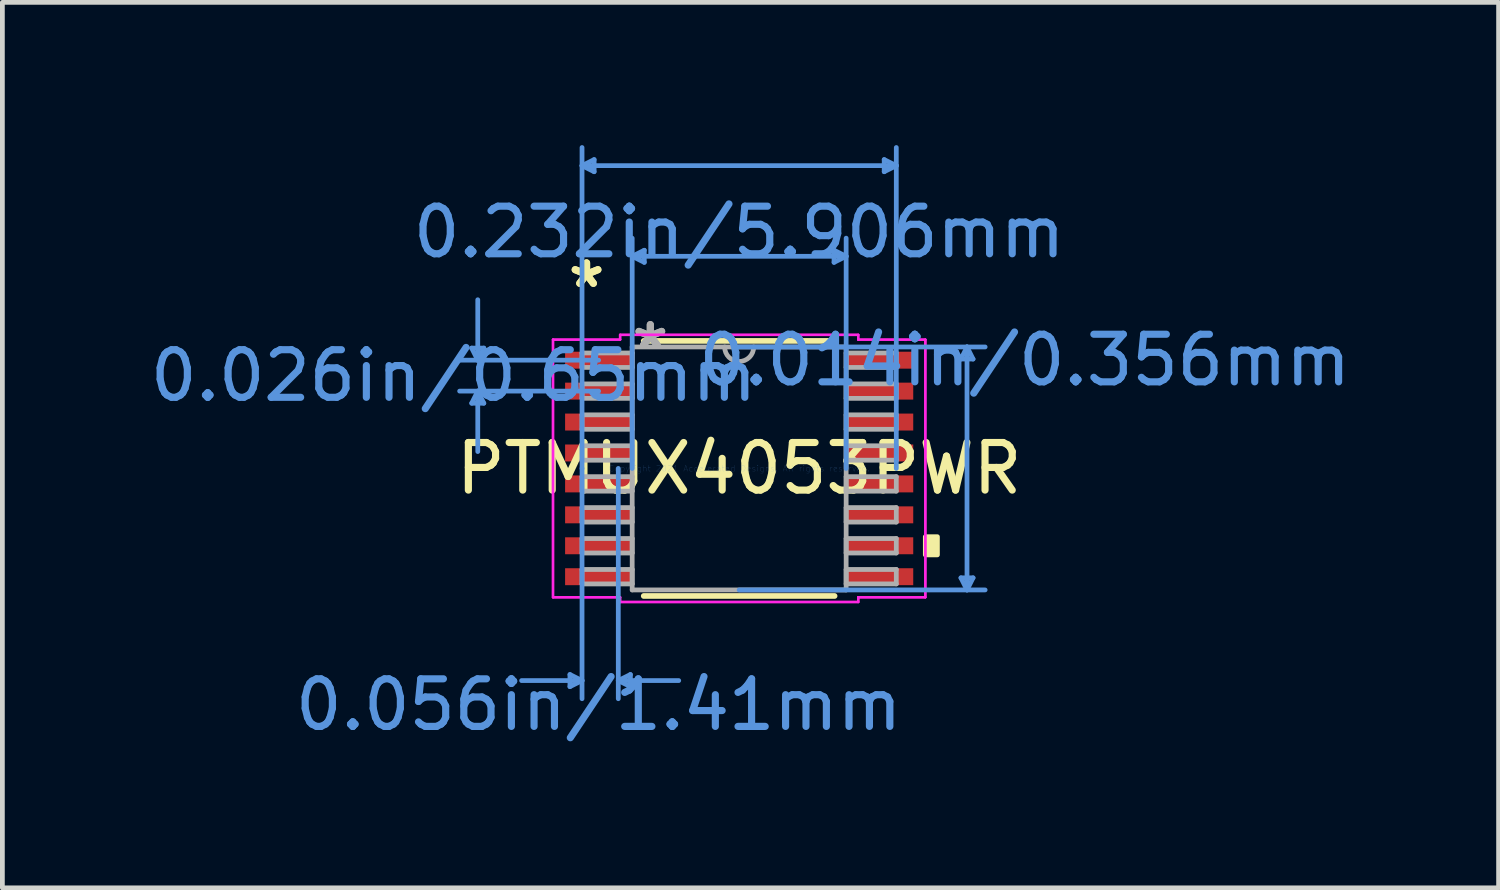
<source format=kicad_pcb>
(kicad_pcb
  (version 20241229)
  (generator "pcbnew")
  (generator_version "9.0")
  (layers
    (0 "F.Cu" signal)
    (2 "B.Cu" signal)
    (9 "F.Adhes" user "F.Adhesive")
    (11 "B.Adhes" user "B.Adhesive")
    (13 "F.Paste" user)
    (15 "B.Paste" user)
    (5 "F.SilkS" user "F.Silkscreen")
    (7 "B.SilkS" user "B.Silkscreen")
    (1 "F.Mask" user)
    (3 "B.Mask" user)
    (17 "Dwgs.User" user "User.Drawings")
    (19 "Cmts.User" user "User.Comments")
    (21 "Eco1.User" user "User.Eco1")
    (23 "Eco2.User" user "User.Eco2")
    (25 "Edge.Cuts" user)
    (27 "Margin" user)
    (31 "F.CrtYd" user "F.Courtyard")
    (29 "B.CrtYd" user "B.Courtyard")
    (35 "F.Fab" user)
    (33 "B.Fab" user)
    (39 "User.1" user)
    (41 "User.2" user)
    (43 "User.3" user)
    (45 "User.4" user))
  (footprint "PTMUX4053PWR"
    (layer "F.Cu")
    (at 12.483 6.794)
    (property "Reference" "PTMUX4053PWR" (at 0 0 0) (layer "F.SilkS") (effects (font (size 1 1) (thickness 0.15))))
    (attr through_hole)
    (fp_line (start -2.005 2.68) (end 2.005 2.68) (stroke (width 0.12) (type solid)) (layer "F.SilkS"))
    (fp_line (start 2.005 -2.68) (end -2.005 -2.68) (stroke (width 0.12) (type solid)) (layer "F.SilkS"))
    (fp_poly (pts (xy 4.166 1.435) (xy 4.166 1.816) (xy 3.912 1.816) (xy 3.912 1.435)) (stroke (width 0.1) (type solid)) (fill yes) (layer "F.SilkS"))
    (fp_line (start -5.62 -2.529) (end -5.366 -2.529) (stroke (width 0.1) (type solid)) (layer "Cmts.User"))
    (fp_line (start -5.62 -1.371) (end -5.366 -1.371) (stroke (width 0.1) (type solid)) (layer "Cmts.User"))
    (fp_line (start -5.493 -2.275) (end -5.62 -2.529) (stroke (width 0.1) (type solid)) (layer "Cmts.User"))
    (fp_line (start -5.493 -2.275) (end -5.493 -3.545) (stroke (width 0.1) (type solid)) (layer "Cmts.User"))
    (fp_line (start -5.493 -2.275) (end -5.366 -2.529) (stroke (width 0.1) (type solid)) (layer "Cmts.User"))
    (fp_line (start -5.493 -1.625) (end -5.62 -1.371) (stroke (width 0.1) (type solid)) (layer "Cmts.User"))
    (fp_line (start -5.493 -1.625) (end -5.493 -0.355) (stroke (width 0.1) (type solid)) (layer "Cmts.User"))
    (fp_line (start -5.493 -1.625) (end -5.366 -1.371) (stroke (width 0.1) (type solid)) (layer "Cmts.User"))
    (fp_line (start -3.556 4.331) (end -3.556 4.585) (stroke (width 0.1) (type solid)) (layer "Cmts.User"))
    (fp_line (start -3.302 -6.363) (end -3.048 -6.49) (stroke (width 0.1) (type solid)) (layer "Cmts.User"))
    (fp_line (start -3.302 -6.363) (end -3.048 -6.236) (stroke (width 0.1) (type solid)) (layer "Cmts.User"))
    (fp_line (start -3.302 -6.363) (end 3.302 -6.363) (stroke (width 0.1) (type solid)) (layer "Cmts.User"))
    (fp_line (start -3.302 0) (end -3.302 -6.744) (stroke (width 0.1) (type solid)) (layer "Cmts.User"))
    (fp_line (start -3.302 0) (end -3.302 4.839) (stroke (width 0.1) (type solid)) (layer "Cmts.User"))
    (fp_line (start -3.302 4.458) (end -4.572 4.458) (stroke (width 0.1) (type solid)) (layer "Cmts.User"))
    (fp_line (start -3.302 4.458) (end -3.556 4.331) (stroke (width 0.1) (type solid)) (layer "Cmts.User"))
    (fp_line (start -3.302 4.458) (end -3.556 4.585) (stroke (width 0.1) (type solid)) (layer "Cmts.User"))
    (fp_line (start -3.048 -6.49) (end -3.048 -6.236) (stroke (width 0.1) (type solid)) (layer "Cmts.User"))
    (fp_line (start -2.953 -2.275) (end -5.874 -2.275) (stroke (width 0.1) (type solid)) (layer "Cmts.User"))
    (fp_line (start -2.953 -1.625) (end -5.874 -1.625) (stroke (width 0.1) (type solid)) (layer "Cmts.User"))
    (fp_line (start -2.54 0) (end -2.54 4.839) (stroke (width 0.1) (type solid)) (layer "Cmts.User"))
    (fp_line (start -2.54 4.458) (end -2.286 4.331) (stroke (width 0.1) (type solid)) (layer "Cmts.User"))
    (fp_line (start -2.54 4.458) (end -2.286 4.585) (stroke (width 0.1) (type solid)) (layer "Cmts.User"))
    (fp_line (start -2.54 4.458) (end -1.27 4.458) (stroke (width 0.1) (type solid)) (layer "Cmts.User"))
    (fp_line (start -2.286 4.331) (end -2.286 4.585) (stroke (width 0.1) (type solid)) (layer "Cmts.User"))
    (fp_line (start -2.248 -4.458) (end -1.994 -4.585) (stroke (width 0.1) (type solid)) (layer "Cmts.User"))
    (fp_line (start -2.248 -4.458) (end -1.994 -4.331) (stroke (width 0.1) (type solid)) (layer "Cmts.User"))
    (fp_line (start -2.248 -4.458) (end 2.248 -4.458) (stroke (width 0.1) (type solid)) (layer "Cmts.User"))
    (fp_line (start -2.248 0) (end -2.248 -4.839) (stroke (width 0.1) (type solid)) (layer "Cmts.User"))
    (fp_line (start -1.994 -4.585) (end -1.994 -4.331) (stroke (width 0.1) (type solid)) (layer "Cmts.User"))
    (fp_line (start 0 -2.553) (end 5.169 -2.553) (stroke (width 0.1) (type solid)) (layer "Cmts.User"))
    (fp_line (start 0 2.553) (end 5.169 2.553) (stroke (width 0.1) (type solid)) (layer "Cmts.User"))
    (fp_line (start 1.994 -4.585) (end 1.994 -4.331) (stroke (width 0.1) (type solid)) (layer "Cmts.User"))
    (fp_line (start 2.248 -4.458) (end 1.994 -4.585) (stroke (width 0.1) (type solid)) (layer "Cmts.User"))
    (fp_line (start 2.248 -4.458) (end 1.994 -4.331) (stroke (width 0.1) (type solid)) (layer "Cmts.User"))
    (fp_line (start 2.248 0) (end 2.248 -4.839) (stroke (width 0.1) (type solid)) (layer "Cmts.User"))
    (fp_line (start 3.048 -6.49) (end 3.048 -6.236) (stroke (width 0.1) (type solid)) (layer "Cmts.User"))
    (fp_line (start 3.302 -6.363) (end 3.048 -6.49) (stroke (width 0.1) (type solid)) (layer "Cmts.User"))
    (fp_line (start 3.302 -6.363) (end 3.048 -6.236) (stroke (width 0.1) (type solid)) (layer "Cmts.User"))
    (fp_line (start 3.302 0) (end 3.302 -6.744) (stroke (width 0.1) (type solid)) (layer "Cmts.User"))
    (fp_line (start 4.661 -2.299) (end 4.915 -2.299) (stroke (width 0.1) (type solid)) (layer "Cmts.User"))
    (fp_line (start 4.661 2.299) (end 4.915 2.299) (stroke (width 0.1) (type solid)) (layer "Cmts.User"))
    (fp_line (start 4.788 -2.553) (end 4.661 -2.299) (stroke (width 0.1) (type solid)) (layer "Cmts.User"))
    (fp_line (start 4.788 -2.553) (end 4.788 2.553) (stroke (width 0.1) (type solid)) (layer "Cmts.User"))
    (fp_line (start 4.788 -2.553) (end 4.915 -2.299) (stroke (width 0.1) (type solid)) (layer "Cmts.User"))
    (fp_line (start 4.788 2.553) (end 4.661 2.299) (stroke (width 0.1) (type solid)) (layer "Cmts.User"))
    (fp_line (start 4.788 2.553) (end 4.915 2.299) (stroke (width 0.1) (type solid)) (layer "Cmts.User"))
    (fp_line (start -3.912 -2.707) (end -2.502 -2.707) (stroke (width 0.05) (type solid)) (layer "F.CrtYd"))
    (fp_line (start -3.912 -2.707) (end -2.502 -2.707) (stroke (width 0.05) (type solid)) (layer "F.CrtYd"))
    (fp_line (start -3.912 2.707) (end -3.912 -2.707) (stroke (width 0.05) (type solid)) (layer "F.CrtYd"))
    (fp_line (start -3.912 2.707) (end -3.912 -2.707) (stroke (width 0.05) (type solid)) (layer "F.CrtYd"))
    (fp_line (start -3.912 2.707) (end -2.502 2.707) (stroke (width 0.05) (type solid)) (layer "F.CrtYd"))
    (fp_line (start -2.502 -2.807) (end 2.502 -2.807) (stroke (width 0.05) (type solid)) (layer "F.CrtYd"))
    (fp_line (start -2.502 -2.807) (end 2.502 -2.807) (stroke (width 0.05) (type solid)) (layer "F.CrtYd"))
    (fp_line (start -2.502 -2.707) (end -2.502 -2.807) (stroke (width 0.05) (type solid)) (layer "F.CrtYd"))
    (fp_line (start -2.502 -2.707) (end -2.502 -2.807) (stroke (width 0.05) (type solid)) (layer "F.CrtYd"))
    (fp_line (start -2.502 2.707) (end -3.912 2.707) (stroke (width 0.05) (type solid)) (layer "F.CrtYd"))
    (fp_line (start -2.502 2.807) (end -2.502 2.707) (stroke (width 0.05) (type solid)) (layer "F.CrtYd"))
    (fp_line (start -2.502 2.807) (end -2.502 2.707) (stroke (width 0.05) (type solid)) (layer "F.CrtYd"))
    (fp_line (start 2.502 -2.807) (end 2.502 -2.707) (stroke (width 0.05) (type solid)) (layer "F.CrtYd"))
    (fp_line (start 2.502 -2.807) (end 2.502 -2.707) (stroke (width 0.05) (type solid)) (layer "F.CrtYd"))
    (fp_line (start 2.502 -2.707) (end 3.912 -2.707) (stroke (width 0.05) (type solid)) (layer "F.CrtYd"))
    (fp_line (start 2.502 2.707) (end 2.502 2.807) (stroke (width 0.05) (type solid)) (layer "F.CrtYd"))
    (fp_line (start 2.502 2.707) (end 2.502 2.807) (stroke (width 0.05) (type solid)) (layer "F.CrtYd"))
    (fp_line (start 2.502 2.807) (end -2.502 2.807) (stroke (width 0.05) (type solid)) (layer "F.CrtYd"))
    (fp_line (start 2.502 2.807) (end -2.502 2.807) (stroke (width 0.05) (type solid)) (layer "F.CrtYd"))
    (fp_line (start 3.912 -2.707) (end 2.502 -2.707) (stroke (width 0.05) (type solid)) (layer "F.CrtYd"))
    (fp_line (start 3.912 -2.707) (end 3.912 2.707) (stroke (width 0.05) (type solid)) (layer "F.CrtYd"))
    (fp_line (start 3.912 -2.707) (end 3.912 2.707) (stroke (width 0.05) (type solid)) (layer "F.CrtYd"))
    (fp_line (start 3.912 2.707) (end 2.502 2.707) (stroke (width 0.05) (type solid)) (layer "F.CrtYd"))
    (fp_line (start 3.912 2.707) (end 2.502 2.707) (stroke (width 0.05) (type solid)) (layer "F.CrtYd"))
    (fp_line (start -3.302 -2.427) (end -3.302 -2.123) (stroke (width 0.1) (type solid)) (layer "F.Fab"))
    (fp_line (start -3.302 -2.123) (end -2.248 -2.123) (stroke (width 0.1) (type solid)) (layer "F.Fab"))
    (fp_line (start -3.302 -1.777) (end -3.302 -1.473) (stroke (width 0.1) (type solid)) (layer "F.Fab"))
    (fp_line (start -3.302 -1.473) (end -2.248 -1.473) (stroke (width 0.1) (type solid)) (layer "F.Fab"))
    (fp_line (start -3.302 -1.127) (end -3.302 -0.823) (stroke (width 0.1) (type solid)) (layer "F.Fab"))
    (fp_line (start -3.302 -0.823) (end -2.248 -0.823) (stroke (width 0.1) (type solid)) (layer "F.Fab"))
    (fp_line (start -3.302 -0.477) (end -3.302 -0.173) (stroke (width 0.1) (type solid)) (layer "F.Fab"))
    (fp_line (start -3.302 -0.173) (end -2.248 -0.173) (stroke (width 0.1) (type solid)) (layer "F.Fab"))
    (fp_line (start -3.302 0.173) (end -3.302 0.477) (stroke (width 0.1) (type solid)) (layer "F.Fab"))
    (fp_line (start -3.302 0.477) (end -2.248 0.477) (stroke (width 0.1) (type solid)) (layer "F.Fab"))
    (fp_line (start -3.302 0.823) (end -3.302 1.127) (stroke (width 0.1) (type solid)) (layer "F.Fab"))
    (fp_line (start -3.302 1.127) (end -2.248 1.127) (stroke (width 0.1) (type solid)) (layer "F.Fab"))
    (fp_line (start -3.302 1.473) (end -3.302 1.777) (stroke (width 0.1) (type solid)) (layer "F.Fab"))
    (fp_line (start -3.302 1.777) (end -2.248 1.777) (stroke (width 0.1) (type solid)) (layer "F.Fab"))
    (fp_line (start -3.302 2.123) (end -3.302 2.427) (stroke (width 0.1) (type solid)) (layer "F.Fab"))
    (fp_line (start -3.302 2.427) (end -2.248 2.427) (stroke (width 0.1) (type solid)) (layer "F.Fab"))
    (fp_line (start -2.248 -2.553) (end -2.248 2.553) (stroke (width 0.1) (type solid)) (layer "F.Fab"))
    (fp_line (start -2.248 -2.427) (end -3.302 -2.427) (stroke (width 0.1) (type solid)) (layer "F.Fab"))
    (fp_line (start -2.248 -2.123) (end -2.248 -2.427) (stroke (width 0.1) (type solid)) (layer "F.Fab"))
    (fp_line (start -2.248 -1.777) (end -3.302 -1.777) (stroke (width 0.1) (type solid)) (layer "F.Fab"))
    (fp_line (start -2.248 -1.473) (end -2.248 -1.777) (stroke (width 0.1) (type solid)) (layer "F.Fab"))
    (fp_line (start -2.248 -1.127) (end -3.302 -1.127) (stroke (width 0.1) (type solid)) (layer "F.Fab"))
    (fp_line (start -2.248 -0.823) (end -2.248 -1.127) (stroke (width 0.1) (type solid)) (layer "F.Fab"))
    (fp_line (start -2.248 -0.477) (end -3.302 -0.477) (stroke (width 0.1) (type solid)) (layer "F.Fab"))
    (fp_line (start -2.248 -0.173) (end -2.248 -0.477) (stroke (width 0.1) (type solid)) (layer "F.Fab"))
    (fp_line (start -2.248 0.173) (end -3.302 0.173) (stroke (width 0.1) (type solid)) (layer "F.Fab"))
    (fp_line (start -2.248 0.477) (end -2.248 0.173) (stroke (width 0.1) (type solid)) (layer "F.Fab"))
    (fp_line (start -2.248 0.823) (end -3.302 0.823) (stroke (width 0.1) (type solid)) (layer "F.Fab"))
    (fp_line (start -2.248 1.127) (end -2.248 0.823) (stroke (width 0.1) (type solid)) (layer "F.Fab"))
    (fp_line (start -2.248 1.473) (end -3.302 1.473) (stroke (width 0.1) (type solid)) (layer "F.Fab"))
    (fp_line (start -2.248 1.777) (end -2.248 1.473) (stroke (width 0.1) (type solid)) (layer "F.Fab"))
    (fp_line (start -2.248 2.123) (end -3.302 2.123) (stroke (width 0.1) (type solid)) (layer "F.Fab"))
    (fp_line (start -2.248 2.427) (end -2.248 2.123) (stroke (width 0.1) (type solid)) (layer "F.Fab"))
    (fp_line (start -2.248 2.553) (end 2.248 2.553) (stroke (width 0.1) (type solid)) (layer "F.Fab"))
    (fp_line (start 2.248 -2.553) (end -2.248 -2.553) (stroke (width 0.1) (type solid)) (layer "F.Fab"))
    (fp_line (start 2.248 -2.427) (end 2.248 -2.123) (stroke (width 0.1) (type solid)) (layer "F.Fab"))
    (fp_line (start 2.248 -2.123) (end 3.302 -2.123) (stroke (width 0.1) (type solid)) (layer "F.Fab"))
    (fp_line (start 2.248 -1.777) (end 2.248 -1.473) (stroke (width 0.1) (type solid)) (layer "F.Fab"))
    (fp_line (start 2.248 -1.473) (end 3.302 -1.473) (stroke (width 0.1) (type solid)) (layer "F.Fab"))
    (fp_line (start 2.248 -1.127) (end 2.248 -0.823) (stroke (width 0.1) (type solid)) (layer "F.Fab"))
    (fp_line (start 2.248 -0.823) (end 3.302 -0.823) (stroke (width 0.1) (type solid)) (layer "F.Fab"))
    (fp_line (start 2.248 -0.477) (end 2.248 -0.173) (stroke (width 0.1) (type solid)) (layer "F.Fab"))
    (fp_line (start 2.248 -0.173) (end 3.302 -0.173) (stroke (width 0.1) (type solid)) (layer "F.Fab"))
    (fp_line (start 2.248 0.173) (end 2.248 0.477) (stroke (width 0.1) (type solid)) (layer "F.Fab"))
    (fp_line (start 2.248 0.477) (end 3.302 0.477) (stroke (width 0.1) (type solid)) (layer "F.Fab"))
    (fp_line (start 2.248 0.823) (end 2.248 1.127) (stroke (width 0.1) (type solid)) (layer "F.Fab"))
    (fp_line (start 2.248 1.127) (end 3.302 1.127) (stroke (width 0.1) (type solid)) (layer "F.Fab"))
    (fp_line (start 2.248 1.473) (end 2.248 1.777) (stroke (width 0.1) (type solid)) (layer "F.Fab"))
    (fp_line (start 2.248 1.777) (end 3.302 1.777) (stroke (width 0.1) (type solid)) (layer "F.Fab"))
    (fp_line (start 2.248 2.123) (end 2.248 2.427) (stroke (width 0.1) (type solid)) (layer "F.Fab"))
    (fp_line (start 2.248 2.427) (end 3.302 2.427) (stroke (width 0.1) (type solid)) (layer "F.Fab"))
    (fp_line (start 2.248 2.553) (end 2.248 -2.553) (stroke (width 0.1) (type solid)) (layer "F.Fab"))
    (fp_line (start 3.302 -2.427) (end 2.248 -2.427) (stroke (width 0.1) (type solid)) (layer "F.Fab"))
    (fp_line (start 3.302 -2.123) (end 3.302 -2.427) (stroke (width 0.1) (type solid)) (layer "F.Fab"))
    (fp_line (start 3.302 -1.777) (end 2.248 -1.777) (stroke (width 0.1) (type solid)) (layer "F.Fab"))
    (fp_line (start 3.302 -1.473) (end 3.302 -1.777) (stroke (width 0.1) (type solid)) (layer "F.Fab"))
    (fp_line (start 3.302 -1.127) (end 2.248 -1.127) (stroke (width 0.1) (type solid)) (layer "F.Fab"))
    (fp_line (start 3.302 -0.823) (end 3.302 -1.127) (stroke (width 0.1) (type solid)) (layer "F.Fab"))
    (fp_line (start 3.302 -0.477) (end 2.248 -0.477) (stroke (width 0.1) (type solid)) (layer "F.Fab"))
    (fp_line (start 3.302 -0.173) (end 3.302 -0.477) (stroke (width 0.1) (type solid)) (layer "F.Fab"))
    (fp_line (start 3.302 0.173) (end 2.248 0.173) (stroke (width 0.1) (type solid)) (layer "F.Fab"))
    (fp_line (start 3.302 0.477) (end 3.302 0.173) (stroke (width 0.1) (type solid)) (layer "F.Fab"))
    (fp_line (start 3.302 0.823) (end 2.248 0.823) (stroke (width 0.1) (type solid)) (layer "F.Fab"))
    (fp_line (start 3.302 1.127) (end 3.302 0.823) (stroke (width 0.1) (type solid)) (layer "F.Fab"))
    (fp_line (start 3.302 1.473) (end 2.248 1.473) (stroke (width 0.1) (type solid)) (layer "F.Fab"))
    (fp_line (start 3.302 1.777) (end 3.302 1.473) (stroke (width 0.1) (type solid)) (layer "F.Fab"))
    (fp_line (start 3.302 2.123) (end 2.248 2.123) (stroke (width 0.1) (type solid)) (layer "F.Fab"))
    (fp_line (start 3.302 2.427) (end 3.302 2.123) (stroke (width 0.1) (type solid)) (layer "F.Fab"))
    (fp_arc (start 0.3048 -2.5527) (mid 0 -2.2479) (end -0.3048 -2.5527) (stroke (width 0.1) (type solid)) (layer "F.Fab"))
    (fp_text user "*" (at -3.207 -3.774 0) (layer "F.SilkS") (effects (font (size 1 1) (thickness 0.15))))
    (fp_text user "*" (at -3.207 -3.774 0) (layer "F.SilkS") (effects (font (size 1 1) (thickness 0.15))))
    (fp_text user "0.026in/0.65mm" (at -6.001 -1.95 0) (layer "Cmts.User") (effects (font (size 1 1) (thickness 0.15))))
    (fp_text user "Copyright 2021 Accelerated Designs. All rights reserved." (at 0 0 0) (layer "Cmts.User") (effects (font (size 0.127 0.127) (thickness 0.002))))
    (fp_text user "0.232in/5.906mm" (at 0 -4.966 0) (layer "Cmts.User") (effects (font (size 1 1) (thickness 0.15))))
    (fp_text user "0.014in/0.356mm" (at 6.001 -2.275 0) (layer "Cmts.User") (effects (font (size 1 1) (thickness 0.15))))
    (fp_text user "0.056in/1.41mm" (at -2.953 4.966 0) (layer "Cmts.User") (effects (font (size 1 1) (thickness 0.15))))
    (fp_text user "*" (at -1.867 -2.477 0) (layer "F.Fab") (effects (font (size 1 1) (thickness 0.15))))
    (fp_text user "*" (at -1.867 -2.477 0) (layer "F.Fab") (effects (font (size 1 1) (thickness 0.15))))
    (pad "1" smd rect (at -2.953 -2.275) (size 1.41 0.356) (layers "F.Cu" "F.Mask" "F.Paste"))
    (pad "2" smd rect (at -2.953 -1.625) (size 1.41 0.356) (layers "F.Cu" "F.Mask" "F.Paste"))
    (pad "3" smd rect (at -2.953 -0.975) (size 1.41 0.356) (layers "F.Cu" "F.Mask" "F.Paste"))
    (pad "4" smd rect (at -2.953 -0.325) (size 1.41 0.356) (layers "F.Cu" "F.Mask" "F.Paste"))
    (pad "5" smd rect (at -2.953 0.325) (size 1.41 0.356) (layers "F.Cu" "F.Mask" "F.Paste"))
    (pad "6" smd rect (at -2.953 0.975) (size 1.41 0.356) (layers "F.Cu" "F.Mask" "F.Paste"))
    (pad "7" smd rect (at -2.953 1.625) (size 1.41 0.356) (layers "F.Cu" "F.Mask" "F.Paste"))
    (pad "8" smd rect (at -2.953 2.275) (size 1.41 0.356) (layers "F.Cu" "F.Mask" "F.Paste"))
    (pad "9" smd rect (at 2.953 2.275) (size 1.41 0.356) (layers "F.Cu" "F.Mask" "F.Paste"))
    (pad "10" smd rect (at 2.953 1.625) (size 1.41 0.356) (layers "F.Cu" "F.Mask" "F.Paste"))
    (pad "11" smd rect (at 2.953 0.975) (size 1.41 0.356) (layers "F.Cu" "F.Mask" "F.Paste"))
    (pad "12" smd rect (at 2.953 0.325) (size 1.41 0.356) (layers "F.Cu" "F.Mask" "F.Paste"))
    (pad "13" smd rect (at 2.953 -0.325) (size 1.41 0.356) (layers "F.Cu" "F.Mask" "F.Paste"))
    (pad "14" smd rect (at 2.953 -0.975) (size 1.41 0.356) (layers "F.Cu" "F.Mask" "F.Paste"))
    (pad "15" smd rect (at 2.953 -1.625) (size 1.41 0.356) (layers "F.Cu" "F.Mask" "F.Paste"))
    (pad "16" smd rect (at 2.953 -2.275) (size 1.41 0.356) (layers "F.Cu" "F.Mask" "F.Paste")))
  (gr_rect
    (start -3 -3)
    (end 28.442 15.608)
    (stroke (width 0.1) (type default))
    (fill no)
    (layer "Edge.Cuts")))
</source>
